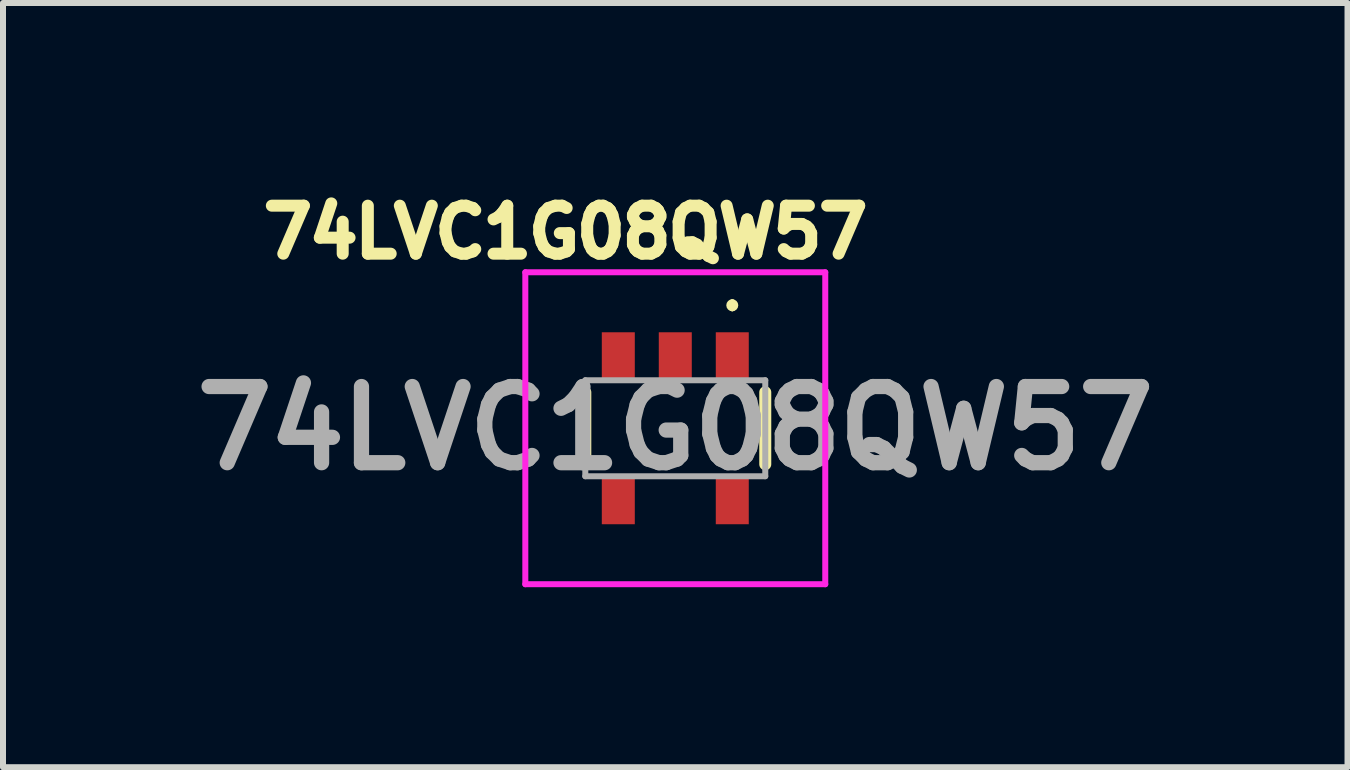
<source format=kicad_pcb>
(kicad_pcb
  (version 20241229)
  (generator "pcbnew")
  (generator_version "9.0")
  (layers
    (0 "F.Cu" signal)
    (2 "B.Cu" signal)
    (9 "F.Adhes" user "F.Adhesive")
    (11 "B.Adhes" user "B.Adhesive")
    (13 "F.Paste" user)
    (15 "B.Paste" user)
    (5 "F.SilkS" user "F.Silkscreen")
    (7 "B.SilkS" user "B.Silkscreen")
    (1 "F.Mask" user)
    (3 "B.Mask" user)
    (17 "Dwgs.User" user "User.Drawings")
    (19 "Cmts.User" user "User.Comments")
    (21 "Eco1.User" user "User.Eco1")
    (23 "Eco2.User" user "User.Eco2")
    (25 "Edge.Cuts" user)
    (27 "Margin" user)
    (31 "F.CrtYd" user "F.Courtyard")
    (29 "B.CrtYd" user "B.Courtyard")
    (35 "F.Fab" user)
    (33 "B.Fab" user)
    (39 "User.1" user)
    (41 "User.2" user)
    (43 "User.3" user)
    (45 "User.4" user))
  (footprint "74LVC1G08QW57"
    (layer "F.Cu")
    (at 8.207 4.089)
    (property "Reference" "74LVC1G08QW57" (at -1.83 -3.27 0) (unlocked yes) (layer "F.SilkS") (effects (font (size 0.8 0.8) (thickness 0.2))))
    (attr smd)
    (fp_line (start -1.5 -0.6) (end -1.5 0.6) (stroke (width 0.2) (type solid)) (layer "F.SilkS"))
    (fp_line (start 0.95 -2.1) (end 0.95 -2.1) (stroke (width 0.1) (type solid)) (layer "F.SilkS"))
    (fp_line (start 0.95 -2) (end 0.95 -2) (stroke (width 0.1) (type solid)) (layer "F.SilkS"))
    (fp_line (start 1.5 -0.6) (end 1.5 0.6) (stroke (width 0.2) (type solid)) (layer "F.SilkS"))
    (fp_arc (start 0.95 -2.1) (mid 1 -2.05) (end 0.95 -2) (stroke (width 0.1) (type solid)) (layer "F.SilkS"))
    (fp_arc (start 0.95 -2) (mid 0.9 -2.05) (end 0.95 -2.1) (stroke (width 0.1) (type solid)) (layer "F.SilkS"))
    (fp_line (start -2.5 -2.6) (end 2.5 -2.6) (stroke (width 0.1) (type solid)) (layer "F.CrtYd"))
    (fp_line (start -2.5 2.6) (end -2.5 -2.6) (stroke (width 0.1) (type solid)) (layer "F.CrtYd"))
    (fp_line (start 2.5 -2.6) (end 2.5 2.6) (stroke (width 0.1) (type solid)) (layer "F.CrtYd"))
    (fp_line (start 2.5 2.6) (end -2.5 2.6) (stroke (width 0.1) (type solid)) (layer "F.CrtYd"))
    (fp_line (start -1.5 -0.8) (end 1.5 -0.8) (stroke (width 0.1) (type solid)) (layer "F.Fab"))
    (fp_line (start -1.5 0.8) (end -1.5 -0.8) (stroke (width 0.1) (type solid)) (layer "F.Fab"))
    (fp_line (start 1.5 -0.8) (end 1.5 0.8) (stroke (width 0.1) (type solid)) (layer "F.Fab"))
    (fp_line (start 1.5 0.8) (end -1.5 0.8) (stroke (width 0.1) (type solid)) (layer "F.Fab"))
    (fp_text user "${REFERENCE}" (at 0 0 0) (layer "F.Fab") (effects (font (size 1.27 1.27) (thickness 0.254))))
    (pad "1" smd rect (at 0.95 -1.2) (size 0.55 0.8) (layers "F.Cu" "F.Mask" "F.Paste"))
    (pad "2" smd rect (at 0 -1.2) (size 0.55 0.8) (layers "F.Cu" "F.Mask" "F.Paste"))
    (pad "3" smd rect (at -0.95 -1.2) (size 0.55 0.8) (layers "F.Cu" "F.Mask" "F.Paste"))
    (pad "4" smd rect (at -0.95 1.2) (size 0.55 0.8) (layers "F.Cu" "F.Mask" "F.Paste"))
    (pad "5" smd rect (at 0.95 1.2) (size 0.55 0.8) (layers "F.Cu" "F.Mask" "F.Paste")))
  (gr_rect
    (start -3 -3)
    (end 19.413 9.739)
    (stroke (width 0.1) (type default))
    (fill no)
    (layer "Edge.Cuts")))
</source>
